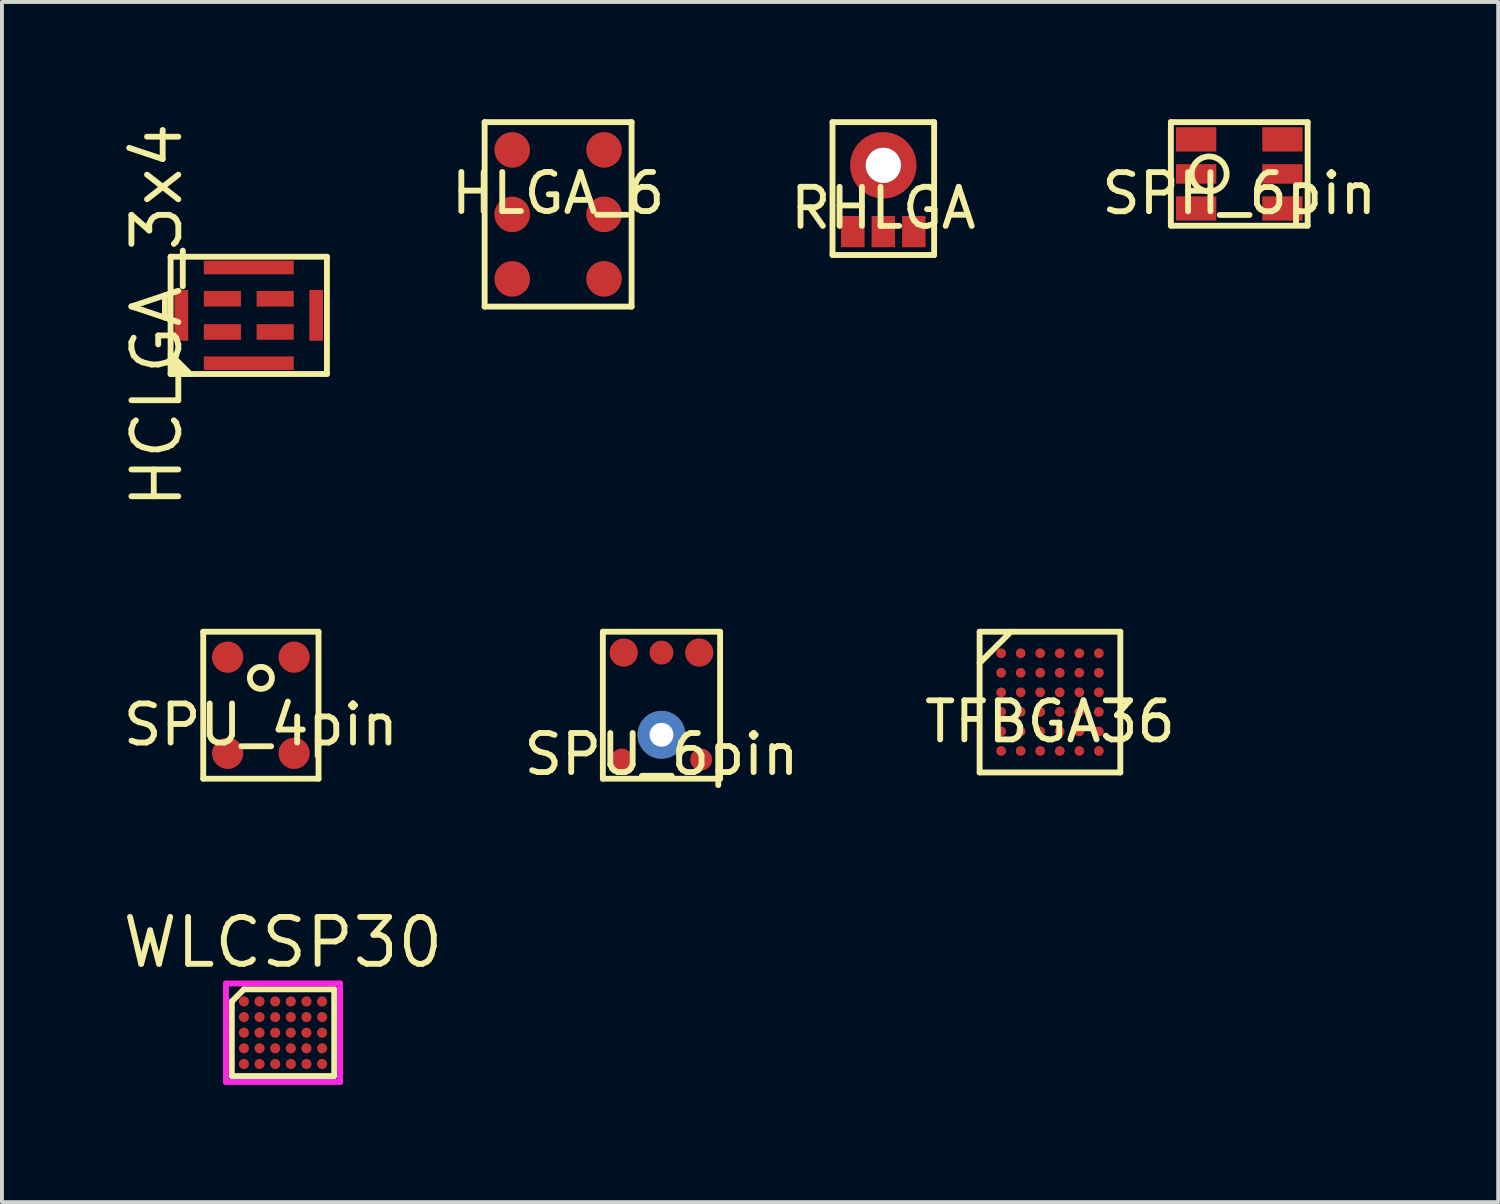
<source format=kicad_pcb>
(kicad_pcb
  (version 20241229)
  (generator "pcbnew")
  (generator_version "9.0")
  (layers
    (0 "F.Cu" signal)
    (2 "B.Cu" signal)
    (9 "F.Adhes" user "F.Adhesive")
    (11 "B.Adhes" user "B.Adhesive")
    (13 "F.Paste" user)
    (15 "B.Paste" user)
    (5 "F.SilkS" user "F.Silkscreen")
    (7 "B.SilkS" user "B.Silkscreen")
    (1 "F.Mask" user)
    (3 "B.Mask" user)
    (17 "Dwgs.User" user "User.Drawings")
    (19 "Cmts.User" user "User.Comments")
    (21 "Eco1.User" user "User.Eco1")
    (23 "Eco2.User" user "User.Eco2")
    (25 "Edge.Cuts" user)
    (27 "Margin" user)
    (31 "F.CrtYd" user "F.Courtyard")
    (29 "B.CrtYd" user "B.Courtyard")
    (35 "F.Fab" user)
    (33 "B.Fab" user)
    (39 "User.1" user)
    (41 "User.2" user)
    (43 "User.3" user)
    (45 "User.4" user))
  (footprint "TFBGA36"
    (layer "F.Cu")
    (at 23.815 14.914)
    (property "Reference" "TFBGA36" (at 0 0.5 0) (layer "F.SilkS") (effects (font (size 1 1) (thickness 0.15))))
    (attr through_hole)
    (fp_line (start -1.8 -1.8) (end 1.8 -1.8) (stroke (width 0.15) (type solid)) (layer "F.SilkS"))
    (fp_line (start -1.8 1.8) (end -1.8 -1.8) (stroke (width 0.15) (type solid)) (layer "F.SilkS"))
    (fp_line (start -1 -1.8) (end -1.8 -1) (stroke (width 0.15) (type solid)) (layer "F.SilkS"))
    (fp_line (start 1.8 -1.8) (end 1.8 1.8) (stroke (width 0.15) (type solid)) (layer "F.SilkS"))
    (fp_line (start 1.8 1.8) (end -1.8 1.8) (stroke (width 0.15) (type solid)) (layer "F.SilkS"))
    (pad "A1" smd circle (at -1.25 -1.25) (size 0.25 0.25) (layers "F.Cu" "F.Mask" "F.Paste"))
    (pad "A2" smd circle (at -0.75 -1.25) (size 0.25 0.25) (layers "F.Cu" "F.Mask" "F.Paste"))
    (pad "A3" smd circle (at -0.25 -1.25) (size 0.25 0.25) (layers "F.Cu" "F.Mask" "F.Paste"))
    (pad "A4" smd circle (at 0.25 -1.25) (size 0.25 0.25) (layers "F.Cu" "F.Mask" "F.Paste"))
    (pad "A5" smd circle (at 0.75 -1.25) (size 0.25 0.25) (layers "F.Cu" "F.Mask" "F.Paste"))
    (pad "A6" smd circle (at 1.25 -1.25) (size 0.25 0.25) (layers "F.Cu" "F.Mask" "F.Paste"))
    (pad "B1" smd circle (at -1.25 -0.75) (size 0.25 0.25) (layers "F.Cu" "F.Mask" "F.Paste"))
    (pad "B2" smd circle (at -0.75 -0.75) (size 0.25 0.25) (layers "F.Cu" "F.Mask" "F.Paste"))
    (pad "B3" smd circle (at -0.25 -0.75) (size 0.25 0.25) (layers "F.Cu" "F.Mask" "F.Paste"))
    (pad "B4" smd circle (at 0.25 -0.75) (size 0.25 0.25) (layers "F.Cu" "F.Mask" "F.Paste"))
    (pad "B5" smd circle (at 0.75 -0.75) (size 0.25 0.25) (layers "F.Cu" "F.Mask" "F.Paste"))
    (pad "B6" smd circle (at 1.25 -0.75) (size 0.25 0.25) (layers "F.Cu" "F.Mask" "F.Paste"))
    (pad "C1" smd circle (at -1.25 -0.25) (size 0.25 0.25) (layers "F.Cu" "F.Mask" "F.Paste"))
    (pad "C2" smd circle (at -0.75 -0.25) (size 0.25 0.25) (layers "F.Cu" "F.Mask" "F.Paste"))
    (pad "C3" smd circle (at -0.25 -0.25) (size 0.25 0.25) (layers "F.Cu" "F.Mask" "F.Paste"))
    (pad "C4" smd circle (at 0.25 -0.25) (size 0.25 0.25) (layers "F.Cu" "F.Mask" "F.Paste"))
    (pad "C5" smd circle (at 0.75 -0.25) (size 0.25 0.25) (layers "F.Cu" "F.Mask" "F.Paste"))
    (pad "C6" smd circle (at 1.25 -0.25) (size 0.25 0.25) (layers "F.Cu" "F.Mask" "F.Paste"))
    (pad "D1" smd circle (at -1.25 0.25) (size 0.25 0.25) (layers "F.Cu" "F.Mask" "F.Paste"))
    (pad "D2" smd circle (at -0.75 0.25) (size 0.25 0.25) (layers "F.Cu" "F.Mask" "F.Paste"))
    (pad "D3" smd circle (at -0.25 0.25) (size 0.25 0.25) (layers "F.Cu" "F.Mask" "F.Paste"))
    (pad "D4" smd circle (at 0.25 0.25) (size 0.25 0.25) (layers "F.Cu" "F.Mask" "F.Paste"))
    (pad "D5" smd circle (at 0.75 0.25) (size 0.25 0.25) (layers "F.Cu" "F.Mask" "F.Paste"))
    (pad "D6" smd circle (at 1.25 0.25) (size 0.25 0.25) (layers "F.Cu" "F.Mask" "F.Paste"))
    (pad "E1" smd circle (at -1.25 0.75) (size 0.25 0.25) (layers "F.Cu" "F.Mask" "F.Paste"))
    (pad "E2" smd circle (at -0.75 0.75) (size 0.25 0.25) (layers "F.Cu" "F.Mask" "F.Paste"))
    (pad "E3" smd circle (at -0.25 0.75) (size 0.25 0.25) (layers "F.Cu" "F.Mask" "F.Paste"))
    (pad "E4" smd circle (at 0.25 0.75) (size 0.25 0.25) (layers "F.Cu" "F.Mask" "F.Paste"))
    (pad "E5" smd circle (at 0.75 0.75) (size 0.25 0.25) (layers "F.Cu" "F.Mask" "F.Paste"))
    (pad "E6" smd circle (at 1.25 0.75) (size 0.25 0.25) (layers "F.Cu" "F.Mask" "F.Paste"))
    (pad "F1" smd circle (at -1.25 1.25) (size 0.25 0.25) (layers "F.Cu" "F.Mask" "F.Paste"))
    (pad "F2" smd circle (at -0.75 1.25) (size 0.25 0.25) (layers "F.Cu" "F.Mask" "F.Paste"))
    (pad "F3" smd circle (at -0.25 1.25) (size 0.25 0.25) (layers "F.Cu" "F.Mask" "F.Paste"))
    (pad "F4" smd circle (at 0.25 1.25) (size 0.25 0.25) (layers "F.Cu" "F.Mask" "F.Paste"))
    (pad "F5" smd circle (at 0.75 1.25) (size 0.25 0.25) (layers "F.Cu" "F.Mask" "F.Paste"))
    (pad "F6" smd circle (at 1.25 1.25) (size 0.25 0.25) (layers "F.Cu" "F.Mask" "F.Paste")))
  (footprint "SPH_6pin"
    (layer "F.Cu")
    (at 27.888 1.4)
    (property "Reference" "SPH_6pin" (at 0.77 0.5 0) (layer "F.SilkS") (effects (font (size 1 1) (thickness 0.15))))
    (attr through_hole)
    (fp_line (start -0.98 -1.325) (end 2.52 -1.325) (stroke (width 0.15) (type solid)) (layer "F.SilkS"))
    (fp_line (start -0.98 1.325) (end -0.98 -1.325) (stroke (width 0.15) (type solid)) (layer "F.SilkS"))
    (fp_line (start 2.52 -1.325) (end 2.52 1.325) (stroke (width 0.15) (type solid)) (layer "F.SilkS"))
    (fp_line (start 2.52 1.325) (end -0.98 1.325) (stroke (width 0.15) (type solid)) (layer "F.SilkS"))
    (fp_circle (center 0 0) (end 0.4 0.2) (stroke (width 0.15) (type solid)) (fill no) (layer "F.SilkS"))
    (pad "1" smd rect (at -0.334 -0.884) (size 1.032 0.622) (layers "F.Cu" "F.Mask" "F.Paste"))
    (pad "2" smd rect (at -0.334 0) (size 1.032 0.5) (layers "F.Cu" "F.Mask" "F.Paste"))
    (pad "3" smd rect (at -0.334 0.884) (size 1.032 0.622) (layers "F.Cu" "F.Mask" "F.Paste"))
    (pad "4" smd rect (at 1.874 0.884) (size 1.032 0.622) (layers "F.Cu" "F.Mask" "F.Paste"))
    (pad "5" smd rect (at 1.874 0) (size 1.032 0.5) (layers "F.Cu" "F.Mask" "F.Paste"))
    (pad "6" smd rect (at 1.874 -0.884) (size 1.032 0.622) (layers "F.Cu" "F.Mask" "F.Paste")))
  (footprint "SPU_6pin"
    (layer "F.Cu")
    (at 13.875 15.75)
    (property "Reference" "SPU_6pin" (at 0 0.5 0) (layer "F.SilkS") (effects (font (size 1 1) (thickness 0.15))))
    (attr through_hole)
    (fp_line (start -1.5 -2.636) (end 1.5 -2.636) (stroke (width 0.15) (type solid)) (layer "F.SilkS"))
    (fp_line (start -1.5 1.124) (end -1.5 -2.636) (stroke (width 0.15) (type solid)) (layer "F.SilkS"))
    (fp_line (start 1.5 -2.636) (end 1.5 1.124) (stroke (width 0.15) (type solid)) (layer "F.SilkS"))
    (fp_line (start 1.5 1.124) (end -1.5 1.124) (stroke (width 0.15) (type solid)) (layer "F.SilkS"))
    (pad "1" smd circle (at -0.966 -2.103) (size 0.723 0.723) (layers "F.Cu" "F.Mask" "F.Paste"))
    (pad "2" smd circle (at -1.015 0.634) (size 0.562 0.562) (layers "F.Cu" "F.Mask" "F.Paste"))
    (pad "3" smd circle (at 1.015 0.634) (size 0.562 0.562) (layers "F.Cu" "F.Mask" "F.Paste"))
    (pad "4" smd circle (at 0.966 -2.103) (size 0.723 0.723) (layers "F.Cu" "F.Mask" "F.Paste"))
    (pad "5" smd circle (at 0 -2.103) (size 0.612 0.612) (layers "F.Cu" "F.Mask" "F.Paste"))
    (pad "6" thru_hole circle (at 0 0) (size 1.224 1.224) (drill 0.61) (layers "*.Cu" "*.Mask")))
  (footprint "HLGA_6"
    (layer "F.Cu")
    (at 11.23 1.395)
    (property "Reference" "HLGA_6" (at 0 0.5 0) (layer "F.SilkS") (effects (font (size 1 1) (thickness 0.15))))
    (attr through_hole)
    (fp_line (start -1.88 -1.32) (end 1.88 -1.32) (stroke (width 0.15) (type solid)) (layer "F.SilkS"))
    (fp_line (start -1.88 3.4) (end -1.88 -1.32) (stroke (width 0.15) (type solid)) (layer "F.SilkS"))
    (fp_line (start 1.88 -1.32) (end 1.88 3.4) (stroke (width 0.15) (type solid)) (layer "F.SilkS"))
    (fp_line (start 1.88 3.4) (end -1.88 3.4) (stroke (width 0.15) (type solid)) (layer "F.SilkS"))
    (pad "1" smd circle (at -1.175 -0.61) (size 0.91 0.91) (layers "F.Cu" "F.Mask" "F.Paste"))
    (pad "2" smd circle (at -1.175 1.04) (size 0.91 0.91) (layers "F.Cu" "F.Mask" "F.Paste"))
    (pad "3" smd circle (at -1.175 2.69) (size 0.91 0.91) (layers "F.Cu" "F.Mask" "F.Paste"))
    (pad "4" smd circle (at 1.175 2.69) (size 0.91 0.91) (layers "F.Cu" "F.Mask" "F.Paste"))
    (pad "5" smd circle (at 1.175 1.04) (size 0.91 0.91) (layers "F.Cu" "F.Mask" "F.Paste"))
    (pad "6" smd circle (at 1.175 -0.61) (size 0.91 0.91) (layers "F.Cu" "F.Mask" "F.Paste")))
  (footprint "SPU_4pin"
    (layer "F.Cu")
    (at 3.625 14.294)
    (property "Reference" "SPU_4pin" (at 0 1.2 0) (layer "F.SilkS") (effects (font (size 1 1) (thickness 0.15))))
    (attr through_hole)
    (fp_line (start -1.475 -1.18) (end 1.475 -1.18) (stroke (width 0.15) (type solid)) (layer "F.SilkS"))
    (fp_line (start -1.475 2.58) (end -1.475 -1.18) (stroke (width 0.15) (type solid)) (layer "F.SilkS"))
    (fp_line (start 1.475 -1.18) (end 1.475 2.58) (stroke (width 0.15) (type solid)) (layer "F.SilkS"))
    (fp_line (start 1.475 2.58) (end -1.475 2.58) (stroke (width 0.15) (type solid)) (layer "F.SilkS"))
    (fp_circle (center 0 0) (end 0.2 0.2) (stroke (width 0.15) (type solid)) (fill no) (layer "F.SilkS"))
    (pad "1" smd circle (at 0.85 -0.53) (size 0.8 0.8) (layers "F.Cu" "F.Mask" "F.Paste"))
    (pad "2" smd circle (at 0.85 1.93) (size 0.8 0.8) (layers "F.Cu" "F.Mask" "F.Paste"))
    (pad "3" smd circle (at -0.85 1.93) (size 0.8 0.8) (layers "F.Cu" "F.Mask" "F.Paste"))
    (pad "4" smd circle (at -0.85 -0.53) (size 0.8 0.8) (layers "F.Cu" "F.Mask" "F.Paste")))
  (footprint "RHLGA"
    (layer "F.Cu")
    (at 19.551 1.775)
    (property "Reference" "RHLGA" (at 0 0.5 0) (layer "F.SilkS") (effects (font (size 1 1) (thickness 0.15))))
    (attr through_hole)
    (fp_line (start -1.3 -1.7) (end -1.3 1.7) (stroke (width 0.15) (type solid)) (layer "F.SilkS"))
    (fp_line (start -1.3 1.7) (end 1.3 1.7) (stroke (width 0.15) (type solid)) (layer "F.SilkS"))
    (fp_line (start 1.3 -1.7) (end -1.3 -1.7) (stroke (width 0.15) (type solid)) (layer "F.SilkS"))
    (fp_line (start 1.3 1.7) (end 1.3 -1.7) (stroke (width 0.15) (type solid)) (layer "F.SilkS"))
    (pad "1" smd rect (at -0.78 1.1) (size 0.6 0.8) (layers "F.Cu" "F.Mask" "F.Paste"))
    (pad "2" smd rect (at 0 1.1) (size 0.6 0.8) (layers "F.Cu" "F.Mask" "F.Paste"))
    (pad "3" smd rect (at 0.78 1.1) (size 0.6 0.8) (layers "F.Cu" "F.Mask" "F.Paste"))
    (pad "4" smd circle (at 0 -0.595) (size 1.7 1.7) (layers "F.Cu" "F.Mask" "F.Paste"))
    (pad "5" thru_hole circle (at 0 -0.595) (size 0.9 0.9) (drill 0.9) (layers "*.Cu" "*.Mask")))
  (footprint "HCLGA_3x4"
    (layer "F.Cu")
    (at 3.315 5.019)
    (property "Reference" "HCLGA_3x4" (at -2.35 0 90) (layer "F.SilkS") (effects (font (size 1.2 1.2) (thickness 0.15))))
    (attr through_hole)
    (fp_line (start -2 -1.5) (end -2 1.5) (stroke (width 0.15) (type solid)) (layer "F.SilkS"))
    (fp_line (start -2 1.1) (end -1.6 1.5) (stroke (width 0.15) (type solid)) (layer "F.SilkS"))
    (fp_line (start -2 1.5) (end 2 1.5) (stroke (width 0.15) (type solid)) (layer "F.SilkS"))
    (fp_line (start -1.75 1.5) (end -2 1.25) (stroke (width 0.15) (type solid)) (layer "F.SilkS"))
    (fp_line (start -1.5 1.5) (end -2 1) (stroke (width 0.15) (type solid)) (layer "F.SilkS"))
    (fp_line (start 2 -1.5) (end -2 -1.5) (stroke (width 0.15) (type solid)) (layer "F.SilkS"))
    (fp_line (start 2 1.5) (end 2 -1.5) (stroke (width 0.15) (type solid)) (layer "F.SilkS"))
    (pad "1" smd rect (at -0.675 0.425) (size 0.95 0.4) (layers "F.Cu" "F.Mask" "F.Paste"))
    (pad "2" smd rect (at 0.675 0.425) (size 0.95 0.4) (layers "F.Cu" "F.Mask" "F.Paste"))
    (pad "3" smd rect (at 0.675 -0.425) (size 0.95 0.4) (layers "F.Cu" "F.Mask" "F.Paste"))
    (pad "4" smd rect (at -0.675 -0.425) (size 0.95 0.4) (layers "F.Cu" "F.Mask" "F.Paste"))
    (pad "5" smd rect (at -1.725 0) (size 0.35 1.3) (layers "F.Cu" "F.Mask" "F.Paste"))
    (pad "5" smd rect (at 0 -1.225) (size 2.3 0.35) (layers "F.Cu" "F.Mask" "F.Paste"))
    (pad "5" smd rect (at 0 1.225) (size 2.3 0.35) (layers "F.Cu" "F.Mask" "F.Paste"))
    (pad "5" smd rect (at 1.725 0) (size 0.35 1.3) (layers "F.Cu" "F.Mask" "F.Paste")))
  (footprint "WLCSP30"
    (layer "F.Cu")
    (at 4.191 23.373)
    (property "Reference" "WLCSP30" (at 0 -2.31 0) (layer "F.SilkS") (effects (font (size 1.2 1.2) (thickness 0.15))))
    (attr through_hole)
    (fp_line (start -1.31 -0.8) (end -1.31 1.11) (stroke (width 0.15) (type solid)) (layer "F.SilkS"))
    (fp_line (start -1.31 1.11) (end 1.31 1.11) (stroke (width 0.15) (type solid)) (layer "F.SilkS"))
    (fp_line (start -1 -1.11) (end -1.31 -0.8) (stroke (width 0.15) (type solid)) (layer "F.SilkS"))
    (fp_line (start 1.31 -1.11) (end -1 -1.11) (stroke (width 0.15) (type solid)) (layer "F.SilkS"))
    (fp_line (start 1.31 1.11) (end 1.31 -1.11) (stroke (width 0.15) (type solid)) (layer "F.SilkS"))
    (fp_line (start -1.46 -1.26) (end 1.46 -1.26) (stroke (width 0.15) (type solid)) (layer "F.CrtYd"))
    (fp_line (start -1.46 1.26) (end -1.46 -1.26) (stroke (width 0.15) (type solid)) (layer "F.CrtYd"))
    (fp_line (start 1.46 -1.26) (end 1.46 1.26) (stroke (width 0.15) (type solid)) (layer "F.CrtYd"))
    (fp_line (start 1.46 1.26) (end -1.46 1.26) (stroke (width 0.15) (type solid)) (layer "F.CrtYd"))
    (pad "A1" smd circle (at -1 -0.8) (size 0.26 0.26) (layers "F.Cu" "F.Mask" "F.Paste"))
    (pad "A2" smd circle (at -0.6 -0.8) (size 0.26 0.26) (layers "F.Cu" "F.Mask" "F.Paste"))
    (pad "A3" smd circle (at -0.2 -0.8) (size 0.26 0.26) (layers "F.Cu" "F.Mask" "F.Paste"))
    (pad "A4" smd circle (at 0.2 -0.8) (size 0.26 0.26) (layers "F.Cu" "F.Mask" "F.Paste"))
    (pad "A5" smd circle (at 0.6 -0.8) (size 0.26 0.26) (layers "F.Cu" "F.Mask" "F.Paste"))
    (pad "A6" smd circle (at 1 -0.8) (size 0.26 0.26) (layers "F.Cu" "F.Mask" "F.Paste"))
    (pad "B1" smd circle (at -1 -0.4) (size 0.26 0.26) (layers "F.Cu" "F.Mask" "F.Paste"))
    (pad "B2" smd circle (at -0.6 -0.4) (size 0.26 0.26) (layers "F.Cu" "F.Mask" "F.Paste"))
    (pad "B3" smd circle (at -0.2 -0.4) (size 0.26 0.26) (layers "F.Cu" "F.Mask" "F.Paste"))
    (pad "B4" smd circle (at 0.2 -0.4) (size 0.26 0.26) (layers "F.Cu" "F.Mask" "F.Paste"))
    (pad "B5" smd circle (at 0.6 -0.4) (size 0.26 0.26) (layers "F.Cu" "F.Mask" "F.Paste"))
    (pad "B6" smd circle (at 1 -0.4) (size 0.26 0.26) (layers "F.Cu" "F.Mask" "F.Paste"))
    (pad "C1" smd circle (at -1 0) (size 0.26 0.26) (layers "F.Cu" "F.Mask" "F.Paste"))
    (pad "C2" smd circle (at -0.6 0) (size 0.26 0.26) (layers "F.Cu" "F.Mask" "F.Paste"))
    (pad "C3" smd circle (at -0.2 0) (size 0.26 0.26) (layers "F.Cu" "F.Mask" "F.Paste"))
    (pad "C4" smd circle (at 0.2 0) (size 0.26 0.26) (layers "F.Cu" "F.Mask" "F.Paste"))
    (pad "C5" smd circle (at 0.6 0) (size 0.26 0.26) (layers "F.Cu" "F.Mask" "F.Paste"))
    (pad "C6" smd circle (at 1 0) (size 0.26 0.26) (layers "F.Cu" "F.Mask" "F.Paste"))
    (pad "D1" smd circle (at -1 0.4) (size 0.26 0.26) (layers "F.Cu" "F.Mask" "F.Paste"))
    (pad "D2" smd circle (at -0.6 0.4) (size 0.26 0.26) (layers "F.Cu" "F.Mask" "F.Paste"))
    (pad "D3" smd circle (at -0.2 0.4) (size 0.26 0.26) (layers "F.Cu" "F.Mask" "F.Paste"))
    (pad "D4" smd circle (at 0.2 0.4) (size 0.26 0.26) (layers "F.Cu" "F.Mask" "F.Paste"))
    (pad "D5" smd circle (at 0.6 0.4) (size 0.26 0.26) (layers "F.Cu" "F.Mask" "F.Paste"))
    (pad "D6" smd circle (at 1 0.4) (size 0.26 0.26) (layers "F.Cu" "F.Mask" "F.Paste"))
    (pad "E1" smd circle (at -1 0.8) (size 0.26 0.26) (layers "F.Cu" "F.Mask" "F.Paste"))
    (pad "E2" smd circle (at -0.6 0.8) (size 0.26 0.26) (layers "F.Cu" "F.Mask" "F.Paste"))
    (pad "E3" smd circle (at -0.2 0.8) (size 0.26 0.26) (layers "F.Cu" "F.Mask" "F.Paste"))
    (pad "E4" smd circle (at 0.2 0.8) (size 0.26 0.26) (layers "F.Cu" "F.Mask" "F.Paste"))
    (pad "E5" smd circle (at 0.6 0.8) (size 0.26 0.26) (layers "F.Cu" "F.Mask" "F.Paste"))
    (pad "E6" smd circle (at 1 0.8) (size 0.26 0.26) (layers "F.Cu" "F.Mask" "F.Paste")))
  (gr_rect
    (start -3 -3)
    (end 35.283 27.708)
    (stroke (width 0.1) (type default))
    (fill no)
    (layer "Edge.Cuts")))
</source>
